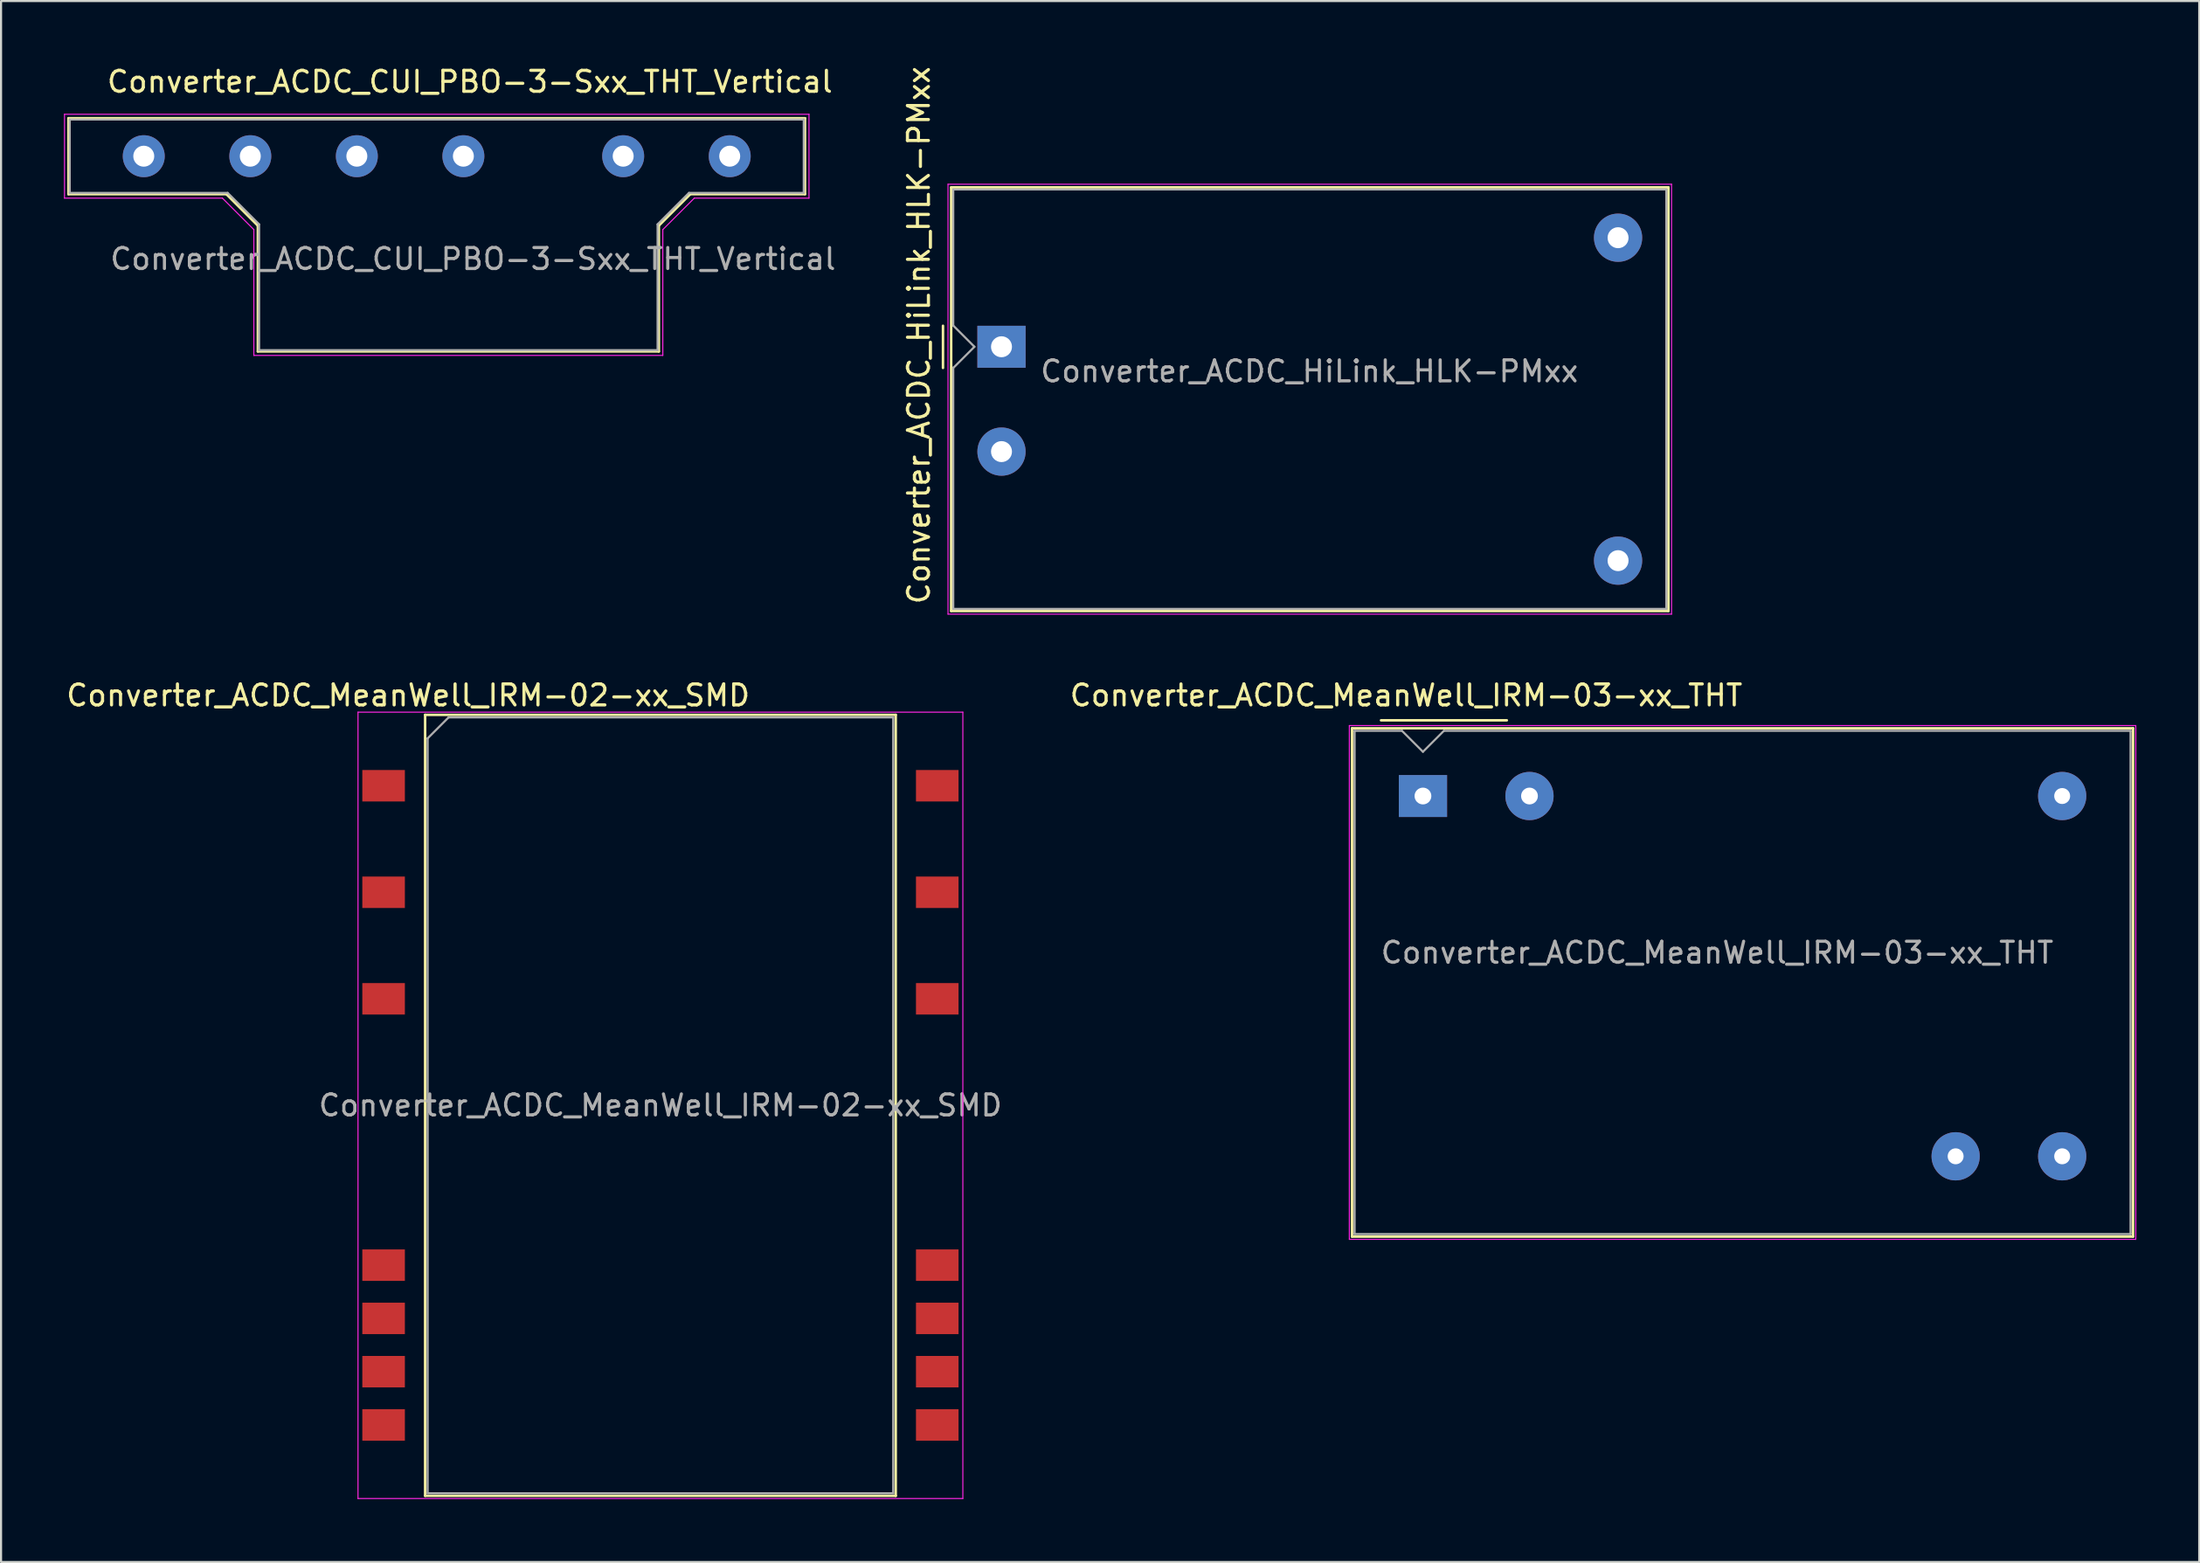
<source format=kicad_pcb>
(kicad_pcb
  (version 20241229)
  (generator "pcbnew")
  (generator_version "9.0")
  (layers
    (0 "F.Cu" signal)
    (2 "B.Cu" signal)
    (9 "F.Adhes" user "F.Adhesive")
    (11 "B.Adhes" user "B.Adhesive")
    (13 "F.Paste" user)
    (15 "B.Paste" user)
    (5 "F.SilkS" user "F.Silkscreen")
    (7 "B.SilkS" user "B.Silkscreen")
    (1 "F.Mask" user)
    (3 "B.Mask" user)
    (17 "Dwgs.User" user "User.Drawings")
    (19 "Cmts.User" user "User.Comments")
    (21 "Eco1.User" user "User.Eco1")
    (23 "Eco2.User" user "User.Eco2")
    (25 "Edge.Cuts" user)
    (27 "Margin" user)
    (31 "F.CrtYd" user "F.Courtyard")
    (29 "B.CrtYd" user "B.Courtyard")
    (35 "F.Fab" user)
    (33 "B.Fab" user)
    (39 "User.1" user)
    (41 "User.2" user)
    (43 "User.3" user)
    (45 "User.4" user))
  (footprint "Converter_ACDC_MeanWell_IRM-03-xx_THT"
    (layer "F.Cu")
    (at 64.8 34.908)
    (property "Reference" "Converter_ACDC_MeanWell_IRM-03-xx_THT" (at -0.8 -4.8 0) (layer "F.SilkS") (effects (font (size 1 1) (thickness 0.15))))
    (attr through_hole)
    (fp_line (start -3.38 -3.23) (end 33.86 -3.23) (stroke (width 0.12) (type solid)) (layer "F.SilkS"))
    (fp_line (start -3.38 21.01) (end -3.38 -3.23) (stroke (width 0.12) (type solid)) (layer "F.SilkS"))
    (fp_line (start -3.38 21.01) (end 33.86 21.01) (stroke (width 0.12) (type solid)) (layer "F.SilkS"))
    (fp_line (start -2 -3.61) (end 4 -3.61) (stroke (width 0.12) (type solid)) (layer "F.SilkS"))
    (fp_line (start 33.86 -3.23) (end 33.86 21.01) (stroke (width 0.12) (type solid)) (layer "F.SilkS"))
    (fp_line (start -3.51 -3.36) (end 33.99 -3.36) (stroke (width 0.05) (type solid)) (layer "F.CrtYd"))
    (fp_line (start -3.51 21.14) (end -3.51 -3.36) (stroke (width 0.05) (type solid)) (layer "F.CrtYd"))
    (fp_line (start -3.51 21.14) (end 33.99 21.14) (stroke (width 0.05) (type solid)) (layer "F.CrtYd"))
    (fp_line (start 33.99 21.14) (end 33.99 -3.36) (stroke (width 0.05) (type solid)) (layer "F.CrtYd"))
    (fp_line (start -3.26 20.89) (end -3.26 -3.11) (stroke (width 0.1) (type solid)) (layer "F.Fab"))
    (fp_line (start -3.26 20.89) (end 33.74 20.89) (stroke (width 0.1) (type solid)) (layer "F.Fab"))
    (fp_line (start -1 -3.11) (end -3.26 -3.11) (stroke (width 0.1) (type solid)) (layer "F.Fab"))
    (fp_line (start 0 -2.11) (end -1 -3.11) (stroke (width 0.1) (type solid)) (layer "F.Fab"))
    (fp_line (start 1 -3.11) (end 0 -2.11) (stroke (width 0.1) (type solid)) (layer "F.Fab"))
    (fp_line (start 1 -3.11) (end 33.74 -3.11) (stroke (width 0.1) (type solid)) (layer "F.Fab"))
    (fp_line (start 33.74 20.89) (end 33.74 -3.11) (stroke (width 0.1) (type solid)) (layer "F.Fab"))
    (fp_text user "${REFERENCE}" (at 14.03 7.47 0) (layer "F.Fab") (effects (font (size 1 1) (thickness 0.15))))
    (pad "1" thru_hole rect (at 0 0) (size 2.3 2) (drill 0.8) (layers "*.Cu" "*.Mask"))
    (pad "3" thru_hole circle (at 5.08 0) (size 2.3 2.3) (drill 0.8) (layers "*.Cu" "*.Mask"))
    (pad "5" thru_hole circle (at 30.48 0) (size 2.3 2.3) (drill 0.76) (layers "*.Cu" "*.Mask"))
    (pad "14" thru_hole circle (at 30.48 17.18) (size 2.3 2.3) (drill 0.76) (layers "*.Cu" "*.Mask"))
    (pad "16" thru_hole circle (at 25.4 17.18) (size 2.3 2.3) (drill 0.76) (layers "*.Cu" "*.Mask")))
  (footprint "Converter_ACDC_CUI_PBO-3-Sxx_THT_Vertical"
    (layer "F.Cu")
    (at 3.805 4.398)
    (property "Reference" "Converter_ACDC_CUI_PBO-3-Sxx_THT_Vertical" (at 15.55 -3.55 0) (layer "F.SilkS") (effects (font (size 1 1) (thickness 0.15))))
    (attr through_hole)
    (fp_line (start -3.59 -1.81) (end 31.53 -1.81) (stroke (width 0.12) (type solid)) (layer "F.SilkS"))
    (fp_line (start -3.59 1.81) (end -3.59 -1.81) (stroke (width 0.12) (type solid)) (layer "F.SilkS"))
    (fp_line (start 3.94 1.81) (end -3.59 1.81) (stroke (width 0.12) (type solid)) (layer "F.SilkS"))
    (fp_line (start 5.44 3.31) (end 3.94 1.81) (stroke (width 0.12) (type solid)) (layer "F.SilkS"))
    (fp_line (start 5.44 9.31) (end 5.44 3.31) (stroke (width 0.12) (type solid)) (layer "F.SilkS"))
    (fp_line (start 24.56 3.31) (end 24.56 9.31) (stroke (width 0.12) (type solid)) (layer "F.SilkS"))
    (fp_line (start 24.56 9.31) (end 5.44 9.31) (stroke (width 0.12) (type solid)) (layer "F.SilkS"))
    (fp_line (start 26.06 1.81) (end 24.56 3.31) (stroke (width 0.12) (type solid)) (layer "F.SilkS"))
    (fp_line (start 31.53 -1.81) (end 31.53 1.81) (stroke (width 0.12) (type solid)) (layer "F.SilkS"))
    (fp_line (start 31.53 1.81) (end 26.06 1.81) (stroke (width 0.12) (type solid)) (layer "F.SilkS"))
    (fp_line (start -3.78 -2) (end 31.72 -2) (stroke (width 0.05) (type solid)) (layer "F.CrtYd"))
    (fp_line (start -3.78 2) (end -3.78 -2) (stroke (width 0.05) (type solid)) (layer "F.CrtYd"))
    (fp_line (start 3.75 2) (end -3.78 2) (stroke (width 0.05) (type solid)) (layer "F.CrtYd"))
    (fp_line (start 5.25 3.5) (end 3.75 2) (stroke (width 0.05) (type solid)) (layer "F.CrtYd"))
    (fp_line (start 5.25 9.5) (end 5.25 3.5) (stroke (width 0.05) (type solid)) (layer "F.CrtYd"))
    (fp_line (start 24.75 3.5) (end 24.75 9.5) (stroke (width 0.05) (type solid)) (layer "F.CrtYd"))
    (fp_line (start 24.75 9.5) (end 5.25 9.5) (stroke (width 0.05) (type solid)) (layer "F.CrtYd"))
    (fp_line (start 26.25 2) (end 24.75 3.5) (stroke (width 0.05) (type solid)) (layer "F.CrtYd"))
    (fp_line (start 31.72 -2) (end 31.72 2) (stroke (width 0.05) (type solid)) (layer "F.CrtYd"))
    (fp_line (start 31.72 2) (end 26.25 2) (stroke (width 0.05) (type solid)) (layer "F.CrtYd"))
    (fp_line (start -3.53 -1.75) (end -3.53 1.75) (stroke (width 0.1) (type solid)) (layer "F.Fab"))
    (fp_line (start -3.53 -1.75) (end 31.47 -1.75) (stroke (width 0.1) (type solid)) (layer "F.Fab"))
    (fp_line (start -3.53 1.75) (end 4 1.75) (stroke (width 0.1) (type solid)) (layer "F.Fab"))
    (fp_line (start 4 1.75) (end 5.5 3.25) (stroke (width 0.1) (type solid)) (layer "F.Fab"))
    (fp_line (start 5.5 3.25) (end 5.5 9.25) (stroke (width 0.1) (type solid)) (layer "F.Fab"))
    (fp_line (start 5.5 9.25) (end 24.5 9.25) (stroke (width 0.1) (type solid)) (layer "F.Fab"))
    (fp_line (start 24.5 3.25) (end 24.5 9.25) (stroke (width 0.1) (type solid)) (layer "F.Fab"))
    (fp_line (start 24.5 3.25) (end 26 1.75) (stroke (width 0.1) (type solid)) (layer "F.Fab"))
    (fp_line (start 26 1.75) (end 31.47 1.75) (stroke (width 0.1) (type solid)) (layer "F.Fab"))
    (fp_line (start 31.47 -1.75) (end 31.47 1.75) (stroke (width 0.1) (type solid)) (layer "F.Fab"))
    (fp_text user "${REFERENCE}" (at 15.7 4.9 0) (layer "F.Fab") (effects (font (size 1 1) (thickness 0.15))))
    (pad "1" thru_hole circle (at 0 0) (size 2 2) (drill 1) (layers "*.Cu" "*.Mask"))
    (pad "3" thru_hole circle (at 5.08 0) (size 2 2) (drill 1) (layers "*.Cu" "*.Mask"))
    (pad "5" thru_hole circle (at 10.16 0) (size 2 2) (drill 1) (layers "*.Cu" "*.Mask"))
    (pad "7" thru_hole circle (at 15.24 0) (size 2 2) (drill 1) (layers "*.Cu" "*.Mask"))
    (pad "10" thru_hole circle (at 22.86 0) (size 2 2) (drill 1) (layers "*.Cu" "*.Mask"))
    (pad "12" thru_hole circle (at 27.94 0) (size 2 2) (drill 1) (layers "*.Cu" "*.Mask")))
  (footprint "Converter_ACDC_MeanWell_IRM-02-xx_SMD"
    (layer "F.Cu")
    (at 28.441 49.658)
    (property "Reference" "Converter_ACDC_MeanWell_IRM-02-xx_SMD" (at -12.03 -19.55 0) (layer "F.SilkS") (effects (font (size 1 1) (thickness 0.15))))
    (attr smd)
    (fp_line (start -11.22 -18.62) (end 11.22 -18.62) (stroke (width 0.12) (type solid)) (layer "F.SilkS"))
    (fp_line (start -11.22 18.62) (end -11.22 -18.62) (stroke (width 0.12) (type solid)) (layer "F.SilkS"))
    (fp_line (start 11.22 -18.62) (end 11.22 18.62) (stroke (width 0.12) (type solid)) (layer "F.SilkS"))
    (fp_line (start 11.22 18.62) (end -11.22 18.62) (stroke (width 0.12) (type solid)) (layer "F.SilkS"))
    (fp_line (start -14.42 -18.75) (end -14.42 18.75) (stroke (width 0.05) (type solid)) (layer "F.CrtYd"))
    (fp_line (start -14.42 18.75) (end 14.42 18.75) (stroke (width 0.05) (type solid)) (layer "F.CrtYd"))
    (fp_line (start 14.42 -18.75) (end -14.42 -18.75) (stroke (width 0.05) (type solid)) (layer "F.CrtYd"))
    (fp_line (start 14.42 18.75) (end 14.42 -18.75) (stroke (width 0.05) (type solid)) (layer "F.CrtYd"))
    (fp_line (start -11.1 -17.5) (end -11.1 18.5) (stroke (width 0.1) (type solid)) (layer "F.Fab"))
    (fp_line (start -11.1 -17.5) (end -10.1 -18.5) (stroke (width 0.1) (type solid)) (layer "F.Fab"))
    (fp_line (start -11.1 18.5) (end 11.1 18.5) (stroke (width 0.1) (type solid)) (layer "F.Fab"))
    (fp_line (start 11.1 -18.5) (end -10.1 -18.5) (stroke (width 0.1) (type solid)) (layer "F.Fab"))
    (fp_line (start 11.1 18.5) (end 11.1 -18.5) (stroke (width 0.1) (type solid)) (layer "F.Fab"))
    (fp_text user "${REFERENCE}" (at 0 0 0) (layer "F.Fab") (effects (font (size 1 1) (thickness 0.15))))
    (pad "1" smd rect (at -13.2 -15.24 270) (size 1.5 2.03) (layers "F.Cu" "F.Mask" "F.Paste"))
    (pad "3" smd rect (at -13.2 -10.16 270) (size 1.5 2.03) (layers "F.Cu" "F.Mask" "F.Paste"))
    (pad "5" smd rect (at -13.2 -5.08 270) (size 1.5 2.03) (layers "F.Cu" "F.Mask" "F.Paste"))
    (pad "10" smd rect (at -13.2 7.62 270) (size 1.5 2.03) (layers "F.Cu" "F.Mask" "F.Paste"))
    (pad "11" smd rect (at -13.2 10.16 270) (size 1.5 2.03) (layers "F.Cu" "F.Mask" "F.Paste"))
    (pad "12" smd rect (at -13.2 12.7 270) (size 1.5 2.03) (layers "F.Cu" "F.Mask" "F.Paste"))
    (pad "13" smd rect (at -13.2 15.24 270) (size 1.5 2.03) (layers "F.Cu" "F.Mask" "F.Paste"))
    (pad "14" smd rect (at 13.2 15.24 270) (size 1.5 2.03) (layers "F.Cu" "F.Mask" "F.Paste"))
    (pad "15" smd rect (at 13.2 12.7 270) (size 1.5 2.03) (layers "F.Cu" "F.Mask" "F.Paste"))
    (pad "16" smd rect (at 13.2 10.16 270) (size 1.5 2.03) (layers "F.Cu" "F.Mask" "F.Paste"))
    (pad "17" smd rect (at 13.2 7.62 270) (size 1.5 2.03) (layers "F.Cu" "F.Mask" "F.Paste"))
    (pad "22" smd rect (at 13.2 -5.08 270) (size 1.5 2.03) (layers "F.Cu" "F.Mask" "F.Paste"))
    (pad "24" smd rect (at 13.2 -10.16 270) (size 1.5 2.03) (layers "F.Cu" "F.Mask" "F.Paste"))
    (pad "26" smd rect (at 13.2 -15.24 270) (size 1.5 2.03) (layers "F.Cu" "F.Mask" "F.Paste")))
  (footprint "Converter_ACDC_HiLink_HLK-PMxx"
    (layer "F.Cu")
    (at 44.704 13.485)
    (property "Reference" "Converter_ACDC_HiLink_HLK-PMxx" (at -3.94 -0.55 90) (layer "F.SilkS") (effects (font (size 1 1) (thickness 0.15))))
    (attr through_hole)
    (fp_line (start -2.79 -1) (end -2.79 1.01) (stroke (width 0.12) (type solid)) (layer "F.SilkS"))
    (fp_line (start -2.4 -7.6) (end -2.4 12.6) (stroke (width 0.12) (type solid)) (layer "F.SilkS"))
    (fp_line (start -2.4 12.6) (end 31.8 12.6) (stroke (width 0.12) (type solid)) (layer "F.SilkS"))
    (fp_line (start 31.8 -7.6) (end -2.4 -7.6) (stroke (width 0.12) (type solid)) (layer "F.SilkS"))
    (fp_line (start 31.8 12.6) (end 31.8 -7.6) (stroke (width 0.12) (type solid)) (layer "F.SilkS"))
    (fp_line (start -2.55 -7.75) (end -2.55 12.75) (stroke (width 0.05) (type solid)) (layer "F.CrtYd"))
    (fp_line (start -2.55 12.75) (end 31.95 12.75) (stroke (width 0.05) (type solid)) (layer "F.CrtYd"))
    (fp_line (start 31.95 -7.75) (end -2.55 -7.75) (stroke (width 0.05) (type solid)) (layer "F.CrtYd"))
    (fp_line (start 31.95 12.75) (end 31.95 -7.75) (stroke (width 0.05) (type solid)) (layer "F.CrtYd"))
    (fp_line (start -2.3 -7.5) (end 31.7 -7.5) (stroke (width 0.1) (type solid)) (layer "F.Fab"))
    (fp_line (start -2.3 -1) (end -2.3 -7.5) (stroke (width 0.1) (type solid)) (layer "F.Fab"))
    (fp_line (start -2.3 12.5) (end -2.3 0.99) (stroke (width 0.1) (type solid)) (layer "F.Fab"))
    (fp_line (start -2.3 12.5) (end 31.7 12.5) (stroke (width 0.1) (type solid)) (layer "F.Fab"))
    (fp_line (start -2.29 -1) (end -1.29 0) (stroke (width 0.1) (type solid)) (layer "F.Fab"))
    (fp_line (start -1.29 0) (end -2.29 1) (stroke (width 0.1) (type solid)) (layer "F.Fab"))
    (fp_line (start 31.7 12.5) (end 31.7 -7.5) (stroke (width 0.1) (type solid)) (layer "F.Fab"))
    (fp_text user "${REFERENCE}" (at 14.68 1.17 0) (layer "F.Fab") (effects (font (size 1 1) (thickness 0.15))))
    (pad "1" thru_hole rect (at 0 0) (size 2.3 2) (drill 1) (layers "*.Cu" "*.Mask"))
    (pad "2" thru_hole circle (at 0 5) (size 2.3 2.3) (drill 1) (layers "*.Cu" "*.Mask"))
    (pad "3" thru_hole circle (at 29.4 -5.2) (size 2.3 2.3) (drill 1) (layers "*.Cu" "*.Mask"))
    (pad "4" thru_hole circle (at 29.4 10.2) (size 2.3 2.3) (drill 1) (layers "*.Cu" "*.Mask")))
  (gr_rect
    (start -3 -3)
    (end 101.815 71.433)
    (stroke (width 0.1) (type default))
    (fill no)
    (layer "Edge.Cuts")))
</source>
